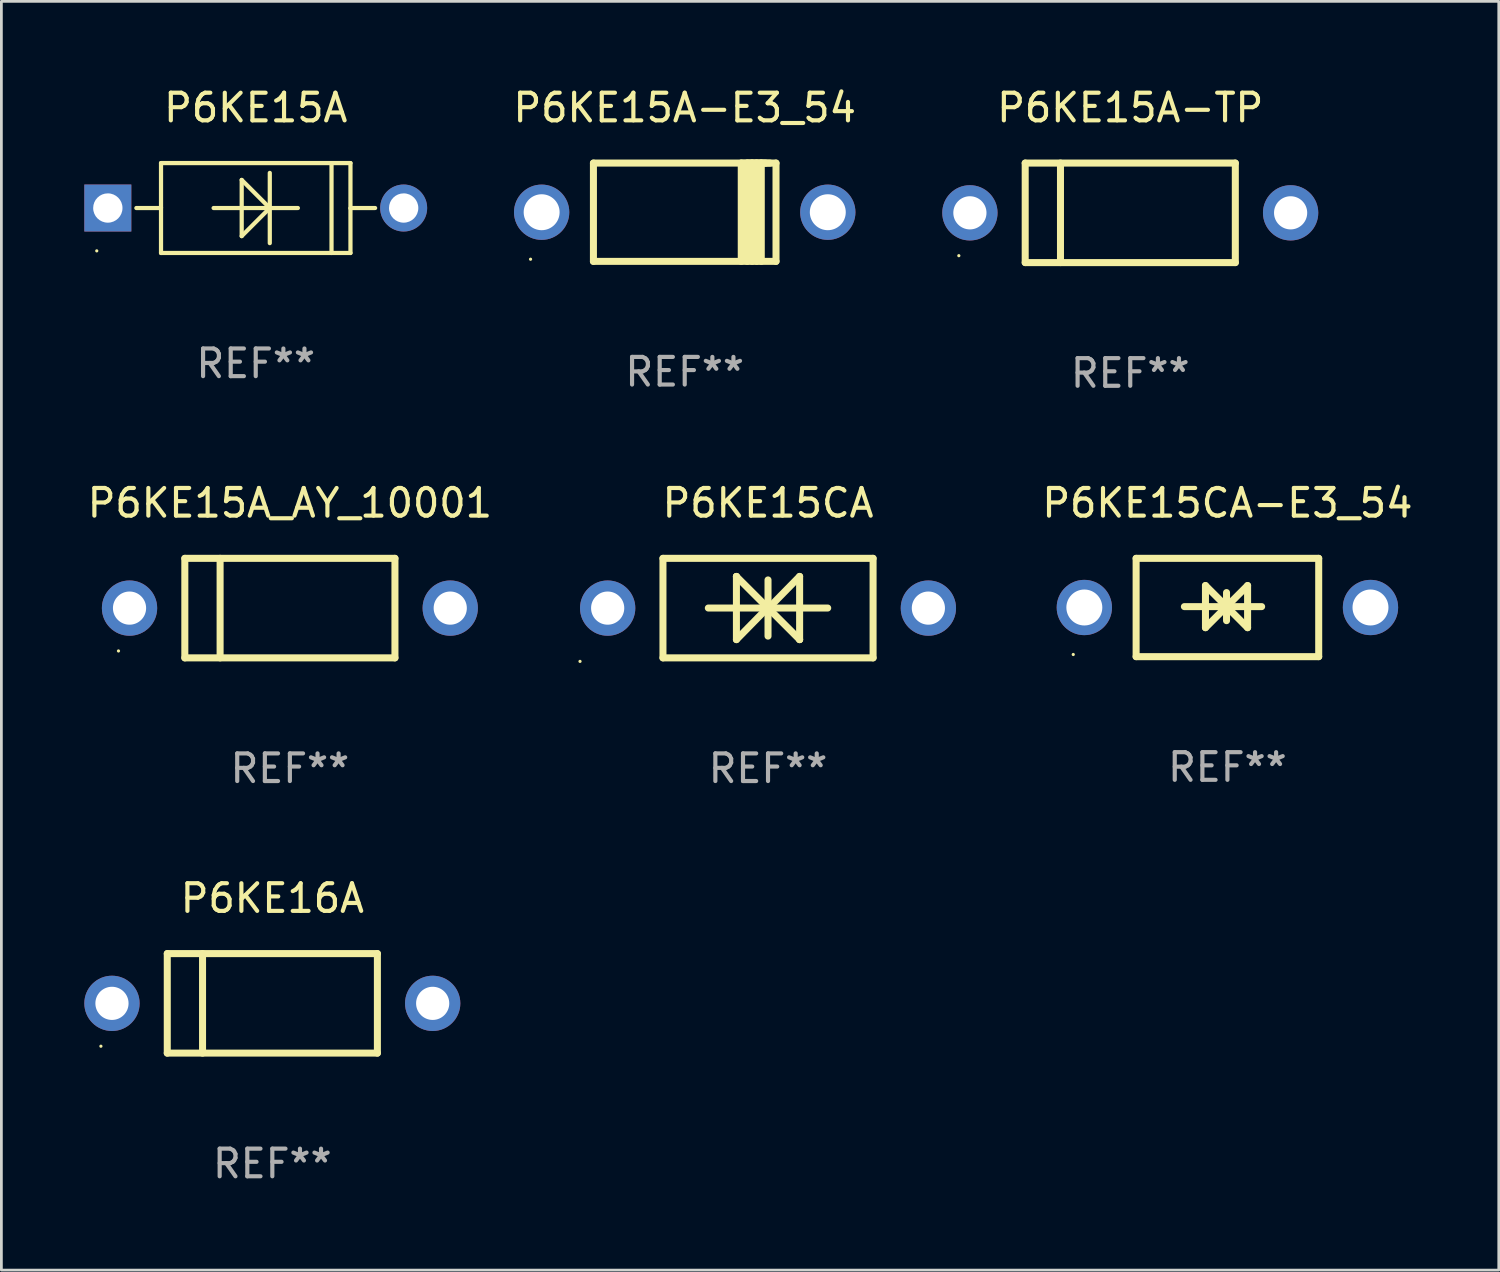
<source format=kicad_pcb>
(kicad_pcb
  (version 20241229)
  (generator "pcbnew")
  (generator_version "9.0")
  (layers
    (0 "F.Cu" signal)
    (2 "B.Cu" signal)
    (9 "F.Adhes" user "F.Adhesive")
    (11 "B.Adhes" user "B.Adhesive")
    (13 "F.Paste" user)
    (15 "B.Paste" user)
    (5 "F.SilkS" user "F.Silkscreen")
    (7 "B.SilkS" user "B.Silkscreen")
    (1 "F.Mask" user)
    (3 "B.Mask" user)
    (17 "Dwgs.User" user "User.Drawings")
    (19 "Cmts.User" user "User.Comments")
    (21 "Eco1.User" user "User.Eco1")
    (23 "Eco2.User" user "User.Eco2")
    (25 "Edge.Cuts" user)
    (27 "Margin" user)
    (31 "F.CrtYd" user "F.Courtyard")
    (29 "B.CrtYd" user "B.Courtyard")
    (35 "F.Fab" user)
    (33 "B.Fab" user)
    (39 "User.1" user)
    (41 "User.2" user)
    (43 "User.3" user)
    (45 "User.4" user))
  (footprint "P6KE15CA-E3_54"
    (layer "F.Cu")
    (at 41.345 18.923)
    (property "Reference" "P6KE15CA-E3_54" (at 0 -3.778 0) (layer "F.SilkS") (effects (font (size 1 1) (thickness 0.15))))
    (attr through_hole)
    (fp_line (start -3.302 -1.778) (end -3.302 1.778) (stroke (width 0.254) (type solid)) (layer "F.SilkS"))
    (fp_line (start -3.302 1.778) (end 3.302 1.778) (stroke (width 0.254) (type solid)) (layer "F.SilkS"))
    (fp_line (start -1.556 -0.032) (end 1.238 -0.032) (stroke (width 0.254) (type solid)) (layer "F.SilkS"))
    (fp_line (start -0.794 -0.794) (end 0.73 0.73) (stroke (width 0.254) (type solid)) (layer "F.SilkS"))
    (fp_line (start -0.794 0.73) (end -0.794 -0.794) (stroke (width 0.254) (type solid)) (layer "F.SilkS"))
    (fp_line (start -0.032 -0.54) (end -0.032 0.476) (stroke (width 0.254) (type solid)) (layer "F.SilkS"))
    (fp_line (start 0.73 -0.794) (end -0.794 0.73) (stroke (width 0.254) (type solid)) (layer "F.SilkS"))
    (fp_line (start 0.73 0.73) (end 0.73 -0.794) (stroke (width 0.254) (type solid)) (layer "F.SilkS"))
    (fp_line (start 3.302 -1.778) (end -3.302 -1.778) (stroke (width 0.254) (type solid)) (layer "F.SilkS"))
    (fp_line (start 3.302 1.778) (end 3.302 -1.778) (stroke (width 0.254) (type solid)) (layer "F.SilkS"))
    (fp_circle (center -5.576 1.7) (end -5.546 1.7) (stroke (width 0.06) (type solid)) (fill no) (layer "F.SilkS"))
    (fp_text user "REF**" (at 0 5.778 0) (layer "F.Fab") (effects (font (size 1 1) (thickness 0.15))))
    (pad "1" thru_hole circle (at -5.175 0) (size 2 2) (drill 1.3) (layers "*.Cu" "*.Mask"))
    (pad "2" thru_hole circle (at 5.175 0) (size 2 2) (drill 1.3) (layers "*.Cu" "*.Mask")))
  (footprint "P6KE16A"
    (layer "F.Cu")
    (at 6.8 33.241)
    (property "Reference" "P6KE16A" (at 0 -3.8 0) (layer "F.SilkS") (effects (font (size 1 1) (thickness 0.15))))
    (attr through_hole)
    (fp_line (start -3.8 -1.8) (end -3.8 1.8) (stroke (width 0.254) (type solid)) (layer "F.SilkS"))
    (fp_line (start -3.8 -1.8) (end 3.8 -1.8) (stroke (width 0.254) (type solid)) (layer "F.SilkS"))
    (fp_line (start -3.8 1.8) (end 3.8 1.8) (stroke (width 0.254) (type solid)) (layer "F.SilkS"))
    (fp_line (start -2.524 -1.8) (end -2.524 1.8) (stroke (width 0.254) (type solid)) (layer "F.SilkS"))
    (fp_line (start 3.8 -1.8) (end 3.8 1.8) (stroke (width 0.254) (type solid)) (layer "F.SilkS"))
    (fp_circle (center -6.2 1.55) (end -6.17 1.55) (stroke (width 0.06) (type solid)) (fill no) (layer "F.SilkS"))
    (fp_text user "REF**" (at 0 5.8 0) (layer "F.Fab") (effects (font (size 1 1) (thickness 0.15))))
    (pad "1" thru_hole circle (at -5.8 0) (size 2 2) (drill 1.2) (layers "*.Cu" "*.Mask"))
    (pad "2" thru_hole circle (at 5.8 0) (size 2 2) (drill 1.2) (layers "*.Cu" "*.Mask")))
  (footprint "P6KE15A-E3_54"
    (layer "F.Cu")
    (at 21.716 4.626)
    (property "Reference" "P6KE15A-E3_54" (at 0 -3.778 0) (layer "F.SilkS") (effects (font (size 1 1) (thickness 0.15))))
    (attr through_hole)
    (fp_line (start -3.302 -1.778) (end -3.302 1.778) (stroke (width 0.254) (type solid)) (layer "F.SilkS"))
    (fp_line (start -3.302 1.778) (end 3.302 1.778) (stroke (width 0.254) (type solid)) (layer "F.SilkS"))
    (fp_line (start 2.045 -1.778) (end 2.045 1.778) (stroke (width 0.254) (type solid)) (layer "F.SilkS"))
    (fp_line (start 2.261 -1.778) (end 2.261 1.778) (stroke (width 0.254) (type solid)) (layer "F.SilkS"))
    (fp_line (start 2.421 -1.778) (end 2.045 -1.778) (stroke (width 0.254) (type solid)) (layer "F.SilkS"))
    (fp_line (start 2.439 -1.778) (end 2.439 1.778) (stroke (width 0.254) (type solid)) (layer "F.SilkS"))
    (fp_line (start 2.579 -1.778) (end 2.261 -1.778) (stroke (width 0.254) (type solid)) (layer "F.SilkS"))
    (fp_line (start 2.604 -1.778) (end 2.604 1.778) (stroke (width 0.254) (type solid)) (layer "F.SilkS"))
    (fp_line (start 2.757 -1.778) (end 2.439 -1.778) (stroke (width 0.254) (type solid)) (layer "F.SilkS"))
    (fp_line (start 2.769 -1.778) (end 2.769 1.778) (stroke (width 0.254) (type solid)) (layer "F.SilkS"))
    (fp_line (start 2.922 -1.778) (end 2.604 -1.778) (stroke (width 0.254) (type solid)) (layer "F.SilkS"))
    (fp_line (start 3.087 -1.778) (end 2.769 -1.778) (stroke (width 0.254) (type solid)) (layer "F.SilkS"))
    (fp_line (start 3.302 -1.778) (end -3.302 -1.778) (stroke (width 0.254) (type solid)) (layer "F.SilkS"))
    (fp_line (start 3.302 1.778) (end 3.302 -1.778) (stroke (width 0.254) (type solid)) (layer "F.SilkS"))
    (fp_circle (center -5.576 1.7) (end -5.546 1.7) (stroke (width 0.06) (type solid)) (fill no) (layer "F.SilkS"))
    (fp_text user "REF**" (at 0 5.778 0) (layer "F.Fab") (effects (font (size 1 1) (thickness 0.15))))
    (pad "1" thru_hole circle (at -5.175 0) (size 2 2) (drill 1.3) (layers "*.Cu" "*.Mask"))
    (pad "2" thru_hole circle (at 5.175 0) (size 2 2) (drill 1.3) (layers "*.Cu" "*.Mask")))
  (footprint "P6KE15CA"
    (layer "F.Cu")
    (at 24.729 18.945)
    (property "Reference" "P6KE15CA" (at 0 -3.8 0) (layer "F.SilkS") (effects (font (size 1 1) (thickness 0.15))))
    (attr through_hole)
    (fp_line (start -3.8 -1.8) (end -3.8 1.8) (stroke (width 0.254) (type solid)) (layer "F.SilkS"))
    (fp_line (start -3.8 -1.8) (end 3.8 -1.8) (stroke (width 0.254) (type solid)) (layer "F.SilkS"))
    (fp_line (start -3.8 1.8) (end 3.8 1.8) (stroke (width 0.254) (type solid)) (layer "F.SilkS"))
    (fp_line (start -2.159 -0.003) (end 2.159 -0.003) (stroke (width 0.254) (type solid)) (layer "F.SilkS"))
    (fp_line (start -1.143 -1.146) (end -1.143 1.14) (stroke (width 0.254) (type solid)) (layer "F.SilkS"))
    (fp_line (start -1.143 -1.143) (end -1.143 -1.146) (stroke (width 0.254) (type solid)) (layer "F.SilkS"))
    (fp_line (start 0 -1.019) (end 0 1.013) (stroke (width 0.254) (type solid)) (layer "F.SilkS"))
    (fp_line (start 0 -0.026) (end -1.143 1.14) (stroke (width 0.254) (type solid)) (layer "F.SilkS"))
    (fp_line (start 0 -0.006) (end 1.143 1.137) (stroke (width 0.254) (type solid)) (layer "F.SilkS"))
    (fp_line (start 0 0) (end -1.143 -1.143) (stroke (width 0.254) (type solid)) (layer "F.SilkS"))
    (fp_line (start 0 0.02) (end 1.143 -1.146) (stroke (width 0.254) (type solid)) (layer "F.SilkS"))
    (fp_line (start 1.143 1.137) (end 1.143 1.14) (stroke (width 0.254) (type solid)) (layer "F.SilkS"))
    (fp_line (start 1.143 1.14) (end 1.143 -1.146) (stroke (width 0.254) (type solid)) (layer "F.SilkS"))
    (fp_line (start 3.8 -1.8) (end 3.8 1.8) (stroke (width 0.254) (type solid)) (layer "F.SilkS"))
    (fp_circle (center -6.8 1.927) (end -6.77 1.927) (stroke (width 0.06) (type solid)) (fill no) (layer "F.SilkS"))
    (fp_text user "REF**" (at 0 5.8 0) (layer "F.Fab") (effects (font (size 1 1) (thickness 0.15))))
    (pad "1" thru_hole circle (at -5.8 0) (size 2 2) (drill 1.2) (layers "*.Cu" "*.Mask"))
    (pad "2" thru_hole circle (at 5.8 0) (size 2 2) (drill 1.2) (layers "*.Cu" "*.Mask")))
  (footprint "P6KE15A_AY_10001"
    (layer "F.Cu")
    (at 7.435 18.945)
    (property "Reference" "P6KE15A_AY_10001" (at 0 -3.8 0) (layer "F.SilkS") (effects (font (size 1 1) (thickness 0.15))))
    (attr through_hole)
    (fp_line (start -3.8 -1.8) (end -3.8 1.8) (stroke (width 0.254) (type solid)) (layer "F.SilkS"))
    (fp_line (start -3.8 -1.8) (end 3.8 -1.8) (stroke (width 0.254) (type solid)) (layer "F.SilkS"))
    (fp_line (start -3.8 1.8) (end 3.8 1.8) (stroke (width 0.254) (type solid)) (layer "F.SilkS"))
    (fp_line (start -2.524 -1.8) (end -2.524 1.8) (stroke (width 0.254) (type solid)) (layer "F.SilkS"))
    (fp_line (start 3.8 -1.8) (end 3.8 1.8) (stroke (width 0.254) (type solid)) (layer "F.SilkS"))
    (fp_circle (center -6.2 1.55) (end -6.17 1.55) (stroke (width 0.06) (type solid)) (fill no) (layer "F.SilkS"))
    (fp_text user "REF**" (at 0 5.8 0) (layer "F.Fab") (effects (font (size 1 1) (thickness 0.15))))
    (pad "1" thru_hole circle (at -5.8 0) (size 2 2) (drill 1.2) (layers "*.Cu" "*.Mask"))
    (pad "2" thru_hole circle (at 5.8 0) (size 2 2) (drill 1.2) (layers "*.Cu" "*.Mask")))
  (footprint "P6KE15A-TP"
    (layer "F.Cu")
    (at 37.831 4.648)
    (property "Reference" "P6KE15A-TP" (at 0 -3.8 0) (layer "F.SilkS") (effects (font (size 1 1) (thickness 0.15))))
    (attr through_hole)
    (fp_line (start -3.8 -1.8) (end -3.8 1.8) (stroke (width 0.254) (type solid)) (layer "F.SilkS"))
    (fp_line (start -3.8 -1.8) (end 3.8 -1.8) (stroke (width 0.254) (type solid)) (layer "F.SilkS"))
    (fp_line (start -3.8 1.8) (end 3.8 1.8) (stroke (width 0.254) (type solid)) (layer "F.SilkS"))
    (fp_line (start -2.524 -1.8) (end -2.524 1.8) (stroke (width 0.254) (type solid)) (layer "F.SilkS"))
    (fp_line (start 3.8 -1.8) (end 3.8 1.8) (stroke (width 0.254) (type solid)) (layer "F.SilkS"))
    (fp_circle (center -6.2 1.55) (end -6.17 1.55) (stroke (width 0.06) (type solid)) (fill no) (layer "F.SilkS"))
    (fp_text user "REF**" (at 0 5.8 0) (layer "F.Fab") (effects (font (size 1 1) (thickness 0.15))))
    (pad "1" thru_hole circle (at -5.8 0) (size 2 2) (drill 1.2) (layers "*.Cu" "*.Mask"))
    (pad "2" thru_hole circle (at 5.8 0) (size 2 2) (drill 1.2) (layers "*.Cu" "*.Mask")))
  (footprint "P6KE15A"
    (layer "F.Cu")
    (at 6.2 4.474)
    (property "Reference" "P6KE15A" (at 0 -3.626 0) (layer "F.SilkS") (effects (font (size 1 1) (thickness 0.15))))
    (attr through_hole)
    (fp_line (start -3.436 0) (end -4.318 0) (stroke (width 0.152) (type solid)) (layer "F.SilkS"))
    (fp_line (start -3.426 -0.01) (end -3.436 0) (stroke (width 0.152) (type solid)) (layer "F.SilkS"))
    (fp_line (start -3.426 -1.626) (end 3.426 -1.626) (stroke (width 0.152) (type solid)) (layer "F.SilkS"))
    (fp_line (start -3.426 1.626) (end -3.426 -1.626) (stroke (width 0.152) (type solid)) (layer "F.SilkS"))
    (fp_line (start -0.508 -1.016) (end 0.508 0) (stroke (width 0.152) (type solid)) (layer "F.SilkS"))
    (fp_line (start -0.508 1.016) (end -0.508 -1.016) (stroke (width 0.152) (type solid)) (layer "F.SilkS"))
    (fp_line (start 0.508 0) (end -0.508 1.016) (stroke (width 0.152) (type solid)) (layer "F.SilkS"))
    (fp_line (start 0.508 1.27) (end 0.508 -1.27) (stroke (width 0.152) (type solid)) (layer "F.SilkS"))
    (fp_line (start 1.524 0) (end -1.524 0) (stroke (width 0.152) (type solid)) (layer "F.SilkS"))
    (fp_line (start 2.741 1.626) (end 2.741 -1.626) (stroke (width 0.152) (type solid)) (layer "F.SilkS"))
    (fp_line (start 3.426 -1.626) (end 3.426 1.626) (stroke (width 0.152) (type solid)) (layer "F.SilkS"))
    (fp_line (start 3.426 0.01) (end 3.436 0) (stroke (width 0.152) (type solid)) (layer "F.SilkS"))
    (fp_line (start 3.426 1.626) (end -3.426 1.626) (stroke (width 0.152) (type solid)) (layer "F.SilkS"))
    (fp_line (start 3.436 0) (end 4.318 0) (stroke (width 0.152) (type solid)) (layer "F.SilkS"))
    (fp_circle (center -5.75 1.55) (end -5.72 1.55) (stroke (width 0.06) (type solid)) (fill no) (layer "F.SilkS"))
    (fp_text user "REF**" (at 0 5.626 0) (layer "F.Fab") (effects (font (size 1 1) (thickness 0.15))))
    (pad "1" thru_hole rect (at -5.35 0) (size 1.7 1.7) (drill 1.06) (layers "*.Cu" "*.Mask"))
    (pad "2" thru_hole circle (at 5.35 0) (size 1.7 1.7) (drill 1.06) (layers "*.Cu" "*.Mask")))
  (gr_rect
    (start -3 -3)
    (end 51.16 42.889)
    (stroke (width 0.1) (type default))
    (fill no)
    (layer "Edge.Cuts")))
</source>
